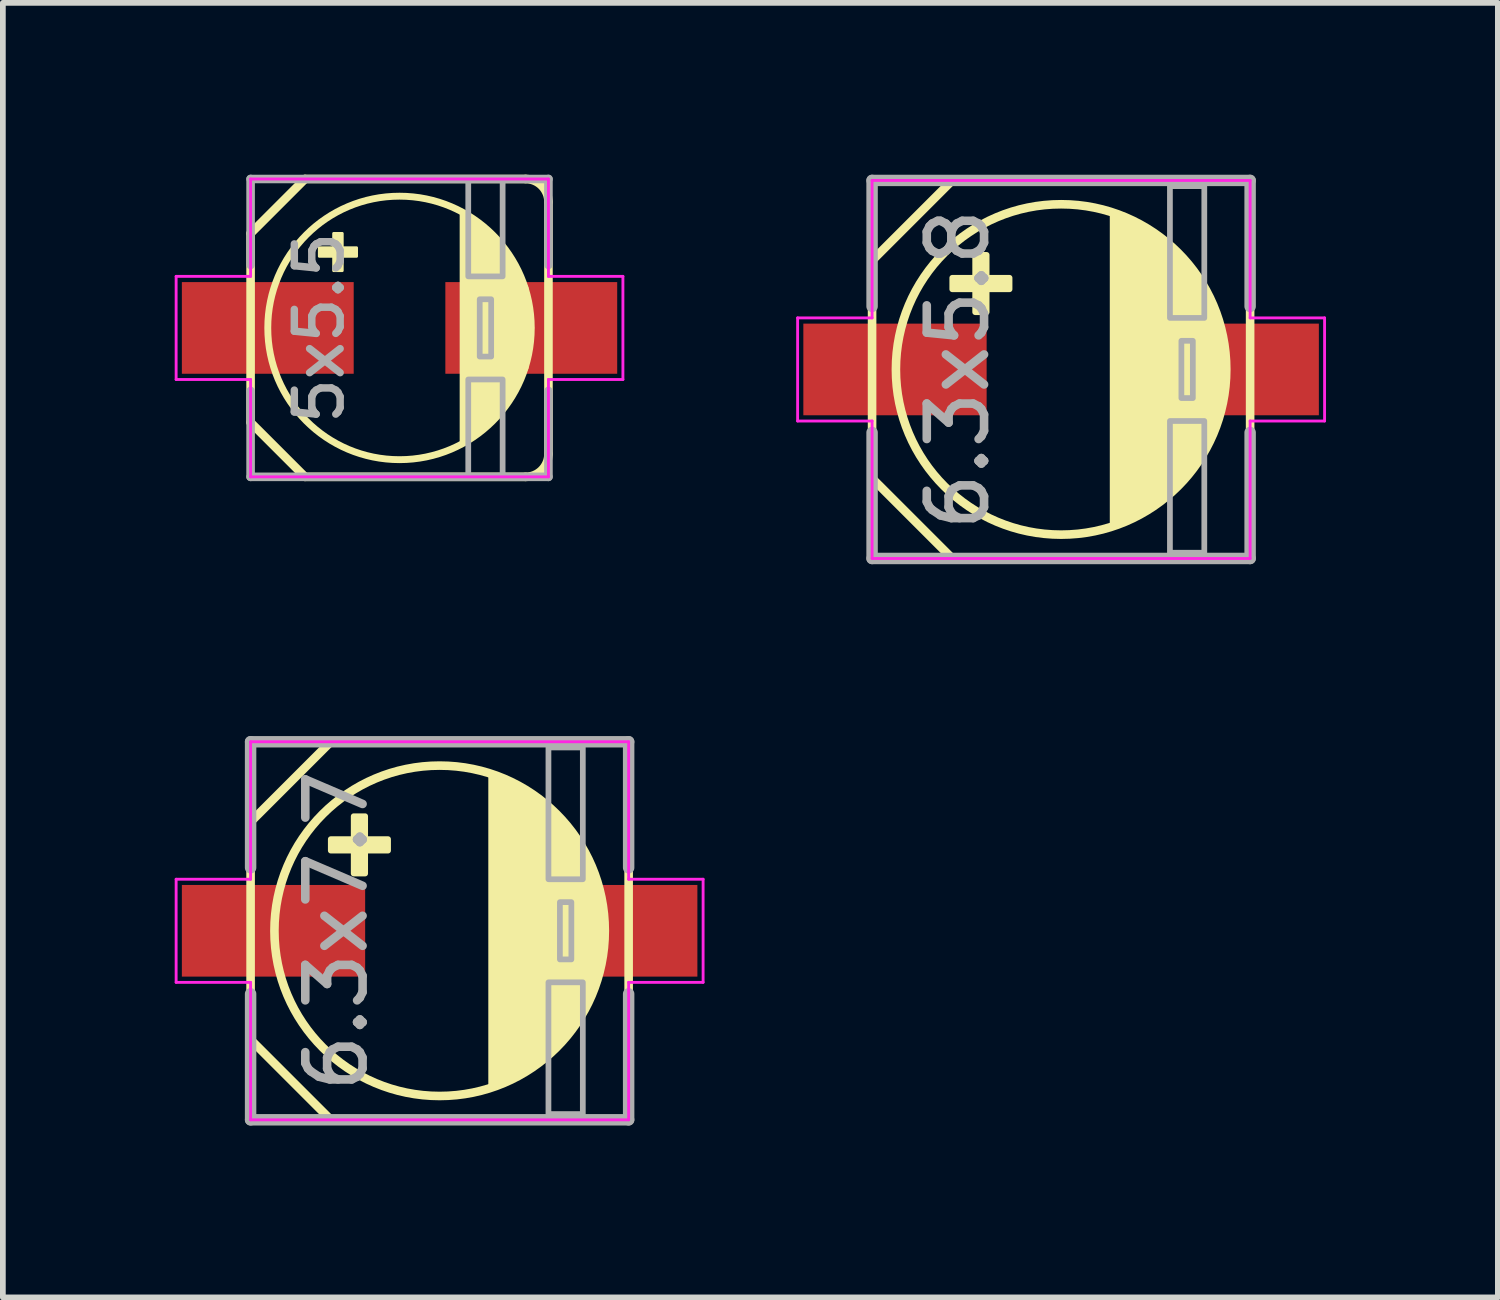
<source format=kicad_pcb>
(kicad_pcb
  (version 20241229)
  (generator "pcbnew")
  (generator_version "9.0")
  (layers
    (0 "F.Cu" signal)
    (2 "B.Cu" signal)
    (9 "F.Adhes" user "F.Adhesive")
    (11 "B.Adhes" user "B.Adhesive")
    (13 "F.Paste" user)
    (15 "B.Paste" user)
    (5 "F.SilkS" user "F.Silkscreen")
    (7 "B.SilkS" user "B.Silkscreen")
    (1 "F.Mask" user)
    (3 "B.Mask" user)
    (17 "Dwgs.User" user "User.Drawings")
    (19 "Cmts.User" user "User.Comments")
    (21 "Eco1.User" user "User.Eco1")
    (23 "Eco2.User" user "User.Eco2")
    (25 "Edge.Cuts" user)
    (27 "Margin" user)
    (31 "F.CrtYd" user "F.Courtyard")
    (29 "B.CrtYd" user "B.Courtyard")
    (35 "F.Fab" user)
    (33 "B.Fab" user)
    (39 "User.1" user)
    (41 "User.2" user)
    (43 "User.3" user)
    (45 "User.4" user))
  (footprint "5x5.5"
    (layer "F.Cu")
    (at 3.925 2.675)
    (property "Reference" "5x5.5" (at -1.4 0 90) (layer "F.Fab") (effects (font (size 0.8 0.8) (thickness 0.13))))
    (attr smd)
    (fp_line (start -2.6 -1.65) (end -2.6 1.65) (stroke (width 0.15) (type solid)) (layer "F.SilkS"))
    (fp_line (start -2.6 -1.65) (end -1.65 -2.6) (stroke (width 0.15) (type solid)) (layer "F.SilkS"))
    (fp_line (start -2.6 1.65) (end -1.65 2.6) (stroke (width 0.15) (type solid)) (layer "F.SilkS"))
    (fp_line (start -1.65 -2.6) (end 2.2 -2.6) (stroke (width 0.15) (type solid)) (layer "F.SilkS"))
    (fp_line (start -1.65 2.6) (end 2.2 2.6) (stroke (width 0.15) (type solid)) (layer "F.SilkS"))
    (fp_line (start 2.6 -2.2) (end 2.6 2.2) (stroke (width 0.15) (type solid)) (layer "F.SilkS"))
    (fp_arc (start 2.2 -2.6) (mid 2.482843 -2.482843) (end 2.6 -2.2) (stroke (width 0.15) (type solid)) (layer "F.SilkS"))
    (fp_arc (start 2.6 2.2) (mid 2.482843 2.482843) (end 2.2 2.6) (stroke (width 0.15) (type solid)) (layer "F.SilkS"))
    (fp_circle (center 0 0) (end 2.3 0) (stroke (width 0.12) (type solid)) (fill no) (layer "F.SilkS"))
    (fp_poly (pts (xy 1.8 -1.4) (xy 2.2 -0.7) (xy 2.3 0) (xy 2.2 0.7) (xy 1.8 1.4) (xy 1.1 2) (xy 1.1 -2)) (stroke (width 0.1) (type solid)) (fill yes) (layer "F.SilkS"))
    (fp_poly (pts (xy -1 -1.4) (xy -0.75 -1.4) (xy -0.75 -1.25) (xy -1 -1.25) (xy -1 -1) (xy -1.15 -1) (xy -1.15 -1.25) (xy -1.4 -1.25) (xy -1.4 -1.4) (xy -1.15 -1.4) (xy -1.15 -1.65) (xy -1 -1.65)) (stroke (width 0.05) (type solid)) (fill yes) (layer "F.SilkS"))
    (fp_line (start -3.9 -0.9) (end -3.9 0.9) (stroke (width 0.05) (type solid)) (layer "F.CrtYd"))
    (fp_line (start -3.9 -0.9) (end -2.6 -0.9) (stroke (width 0.05) (type solid)) (layer "F.CrtYd"))
    (fp_line (start -3.9 0.9) (end -2.6 0.9) (stroke (width 0.05) (type solid)) (layer "F.CrtYd"))
    (fp_line (start -2.6 -2.6) (end -2.6 -0.9) (stroke (width 0.05) (type solid)) (layer "F.CrtYd"))
    (fp_line (start -2.6 0.9) (end -2.6 2.6) (stroke (width 0.05) (type solid)) (layer "F.CrtYd"))
    (fp_line (start -2.6 2.6) (end 2.6 2.6) (stroke (width 0.05) (type solid)) (layer "F.CrtYd"))
    (fp_line (start 2.6 -2.6) (end -2.6 -2.6) (stroke (width 0.05) (type solid)) (layer "F.CrtYd"))
    (fp_line (start 2.6 -0.9) (end 2.6 -2.6) (stroke (width 0.05) (type solid)) (layer "F.CrtYd"))
    (fp_line (start 2.6 0.9) (end 3.9 0.9) (stroke (width 0.05) (type solid)) (layer "F.CrtYd"))
    (fp_line (start 2.6 2.6) (end 2.6 0.9) (stroke (width 0.05) (type solid)) (layer "F.CrtYd"))
    (fp_line (start 3.9 -0.9) (end 2.6 -0.9) (stroke (width 0.05) (type solid)) (layer "F.CrtYd"))
    (fp_line (start 3.9 0.9) (end 3.9 -0.9) (stroke (width 0.05) (type solid)) (layer "F.CrtYd"))
    (fp_line (start -2.6 -2.6) (end 2.6 -2.6) (stroke (width 0.15) (type solid)) (layer "F.Fab"))
    (fp_line (start -2.6 -1.1) (end -2.6 -2.6) (stroke (width 0.15) (type solid)) (layer "F.Fab"))
    (fp_line (start -2.6 2.6) (end -2.6 1.1) (stroke (width 0.15) (type solid)) (layer "F.Fab"))
    (fp_line (start -2.6 2.6) (end 2.6 2.6) (stroke (width 0.15) (type solid)) (layer "F.Fab"))
    (fp_line (start 2.6 -1.1) (end 2.6 -2.6) (stroke (width 0.15) (type solid)) (layer "F.Fab"))
    (fp_line (start 2.6 2.6) (end 2.6 1.1) (stroke (width 0.15) (type solid)) (layer "F.Fab"))
    (fp_poly (pts (xy 1.6 -0.5) (xy 1.6 0.5) (xy 1.4 0.5) (xy 1.4 -0.5)) (stroke (width 0.1) (type solid)) (fill no) (layer "F.Fab"))
    (fp_poly (pts (xy 1.8 -0.9) (xy 1.2 -0.9) (xy 1.2 -2.6) (xy 1.8 -2.6)) (stroke (width 0.1) (type solid)) (fill no) (layer "F.Fab"))
    (fp_poly (pts (xy 1.8 2.6) (xy 1.2 2.6) (xy 1.2 0.9) (xy 1.8 0.9)) (stroke (width 0.1) (type solid)) (fill no) (layer "F.Fab"))
    (pad "1" smd rect (at -2.3 0 180) (size 3 1.6) (layers "F.Cu" "F.Mask" "F.Paste"))
    (pad "2" smd rect (at 2.3 0 180) (size 3 1.6) (layers "F.Cu" "F.Mask" "F.Paste")))
  (footprint "6.3x7.7"
    (layer "F.Cu")
    (at 4.625 13.2)
    (property "Reference" "6.3x7.7" (at -1.8 0 90) (layer "F.Fab") (effects (font (size 1 1) (thickness 0.15))))
    (attr smd)
    (fp_line (start -3.3 -1.9) (end -1.9 -3.3) (stroke (width 0.15) (type solid)) (layer "F.SilkS"))
    (fp_line (start -3.3 1.9) (end -3.3 -1.9) (stroke (width 0.15) (type solid)) (layer "F.SilkS"))
    (fp_line (start -1.9 -3.3) (end 3.3 -3.3) (stroke (width 0.15) (type solid)) (layer "F.SilkS"))
    (fp_line (start -1.9 3.3) (end -3.3 1.9) (stroke (width 0.15) (type solid)) (layer "F.SilkS"))
    (fp_line (start 3.3 -3.3) (end 3.3 3.3) (stroke (width 0.15) (type solid)) (layer "F.SilkS"))
    (fp_line (start 3.3 3.3) (end -1.9 3.3) (stroke (width 0.15) (type solid)) (layer "F.SilkS"))
    (fp_circle (center 0 0) (end 2.884 0) (stroke (width 0.15) (type solid)) (fill no) (layer "F.SilkS"))
    (fp_poly (pts (xy 1.8 -2.2) (xy 2.6 -1.2) (xy 2.884 0) (xy 2.6 1.2) (xy 1.8 2.2) (xy 0.9 2.7) (xy 0.9 -2.7)) (stroke (width 0.1) (type solid)) (fill yes) (layer "F.SilkS"))
    (fp_poly (pts (xy -1.3 -1.6) (xy -0.9 -1.6) (xy -0.9 -1.4) (xy -1.3 -1.4) (xy -1.3 -1) (xy -1.5 -1) (xy -1.5 -1.4) (xy -1.9 -1.4) (xy -1.9 -1.6) (xy -1.5 -1.6) (xy -1.5 -2) (xy -1.3 -2)) (stroke (width 0.1) (type solid)) (fill yes) (layer "F.SilkS"))
    (fp_line (start -4.6 -0.9) (end -4.6 0.9) (stroke (width 0.05) (type solid)) (layer "F.CrtYd"))
    (fp_line (start -4.6 0.9) (end -3.3 0.9) (stroke (width 0.05) (type solid)) (layer "F.CrtYd"))
    (fp_line (start -3.3 -3.3) (end 3.3 -3.3) (stroke (width 0.05) (type solid)) (layer "F.CrtYd"))
    (fp_line (start -3.3 -0.9) (end -4.6 -0.9) (stroke (width 0.05) (type solid)) (layer "F.CrtYd"))
    (fp_line (start -3.3 -0.9) (end -3.3 -3.3) (stroke (width 0.05) (type solid)) (layer "F.CrtYd"))
    (fp_line (start -3.3 3.3) (end -3.3 0.9) (stroke (width 0.05) (type solid)) (layer "F.CrtYd"))
    (fp_line (start 3.3 -3.3) (end 3.3 -0.9) (stroke (width 0.05) (type solid)) (layer "F.CrtYd"))
    (fp_line (start 3.3 -0.9) (end 4.6 -0.9) (stroke (width 0.05) (type solid)) (layer "F.CrtYd"))
    (fp_line (start 3.3 0.9) (end 3.3 3.3) (stroke (width 0.05) (type solid)) (layer "F.CrtYd"))
    (fp_line (start 3.3 3.3) (end -3.3 3.3) (stroke (width 0.05) (type solid)) (layer "F.CrtYd"))
    (fp_line (start 4.6 -0.9) (end 4.6 0.9) (stroke (width 0.05) (type solid)) (layer "F.CrtYd"))
    (fp_line (start 4.6 0.9) (end 3.3 0.9) (stroke (width 0.05) (type solid)) (layer "F.CrtYd"))
    (fp_line (start -3.3 -3.3) (end 3.3 -3.3) (stroke (width 0.2) (type solid)) (layer "F.Fab"))
    (fp_line (start -3.3 -1.1) (end -3.3 -3.3) (stroke (width 0.2) (type solid)) (layer "F.Fab"))
    (fp_line (start -3.3 1.1) (end -3.3 3.3) (stroke (width 0.2) (type solid)) (layer "F.Fab"))
    (fp_line (start -3.3 3.3) (end 3.3 3.3) (stroke (width 0.2) (type solid)) (layer "F.Fab"))
    (fp_line (start 3.3 -3.3) (end 3.3 -1.1) (stroke (width 0.2) (type solid)) (layer "F.Fab"))
    (fp_line (start 3.3 3.3) (end 3.3 1.1) (stroke (width 0.2) (type solid)) (layer "F.Fab"))
    (fp_poly (pts (xy 2.3 -0.5) (xy 2.3 0.5) (xy 2.1 0.5) (xy 2.1 -0.5)) (stroke (width 0.1) (type solid)) (fill no) (layer "F.Fab"))
    (fp_poly (pts (xy 2.5 -0.9) (xy 1.9 -0.9) (xy 1.9 -3.2) (xy 2.5 -3.2)) (stroke (width 0.1) (type solid)) (fill no) (layer "F.Fab"))
    (fp_poly (pts (xy 2.5 3.2) (xy 1.9 3.2) (xy 1.9 0.9) (xy 2.5 0.9)) (stroke (width 0.1) (type solid)) (fill no) (layer "F.Fab"))
    (pad "1" smd rect (at -2.9 0 180) (size 3.2 1.6) (layers "F.Cu" "F.Mask" "F.Paste"))
    (pad "2" smd rect (at 2.9 0 180) (size 3.2 1.6) (layers "F.Cu" "F.Mask" "F.Paste")))
  (footprint "6.3x5.8"
    (layer "F.Cu")
    (at 15.475 3.4)
    (property "Reference" "6.3x5.8" (at -1.8 0 90) (layer "F.Fab") (effects (font (size 1 1) (thickness 0.15))))
    (attr smd)
    (fp_line (start -3.3 -1.9) (end -1.9 -3.3) (stroke (width 0.15) (type solid)) (layer "F.SilkS"))
    (fp_line (start -3.3 1.9) (end -3.3 -1.9) (stroke (width 0.15) (type solid)) (layer "F.SilkS"))
    (fp_line (start -1.9 -3.3) (end 3.3 -3.3) (stroke (width 0.15) (type solid)) (layer "F.SilkS"))
    (fp_line (start -1.9 3.3) (end -3.3 1.9) (stroke (width 0.15) (type solid)) (layer "F.SilkS"))
    (fp_line (start 3.3 -3.3) (end 3.3 3.3) (stroke (width 0.15) (type solid)) (layer "F.SilkS"))
    (fp_line (start 3.3 3.3) (end -1.9 3.3) (stroke (width 0.15) (type solid)) (layer "F.SilkS"))
    (fp_circle (center 0 0) (end 2.884 0) (stroke (width 0.15) (type solid)) (fill no) (layer "F.SilkS"))
    (fp_poly (pts (xy 1.8 -2.2) (xy 2.6 -1.2) (xy 2.884 0) (xy 2.6 1.2) (xy 1.8 2.2) (xy 0.9 2.7) (xy 0.9 -2.7)) (stroke (width 0.1) (type solid)) (fill yes) (layer "F.SilkS"))
    (fp_poly (pts (xy -1.3 -1.6) (xy -0.9 -1.6) (xy -0.9 -1.4) (xy -1.3 -1.4) (xy -1.3 -1) (xy -1.5 -1) (xy -1.5 -1.4) (xy -1.9 -1.4) (xy -1.9 -1.6) (xy -1.5 -1.6) (xy -1.5 -2) (xy -1.3 -2)) (stroke (width 0.1) (type solid)) (fill yes) (layer "F.SilkS"))
    (fp_line (start -4.6 -0.9) (end -4.6 0.9) (stroke (width 0.05) (type solid)) (layer "F.CrtYd"))
    (fp_line (start -4.6 0.9) (end -3.3 0.9) (stroke (width 0.05) (type solid)) (layer "F.CrtYd"))
    (fp_line (start -3.3 -3.3) (end 3.3 -3.3) (stroke (width 0.05) (type solid)) (layer "F.CrtYd"))
    (fp_line (start -3.3 -0.9) (end -4.6 -0.9) (stroke (width 0.05) (type solid)) (layer "F.CrtYd"))
    (fp_line (start -3.3 -0.9) (end -3.3 -3.3) (stroke (width 0.05) (type solid)) (layer "F.CrtYd"))
    (fp_line (start -3.3 3.3) (end -3.3 0.9) (stroke (width 0.05) (type solid)) (layer "F.CrtYd"))
    (fp_line (start 3.3 -3.3) (end 3.3 -0.9) (stroke (width 0.05) (type solid)) (layer "F.CrtYd"))
    (fp_line (start 3.3 -0.9) (end 4.6 -0.9) (stroke (width 0.05) (type solid)) (layer "F.CrtYd"))
    (fp_line (start 3.3 0.9) (end 3.3 3.3) (stroke (width 0.05) (type solid)) (layer "F.CrtYd"))
    (fp_line (start 3.3 3.3) (end -3.3 3.3) (stroke (width 0.05) (type solid)) (layer "F.CrtYd"))
    (fp_line (start 4.6 -0.9) (end 4.6 0.9) (stroke (width 0.05) (type solid)) (layer "F.CrtYd"))
    (fp_line (start 4.6 0.9) (end 3.3 0.9) (stroke (width 0.05) (type solid)) (layer "F.CrtYd"))
    (fp_line (start -3.3 -3.3) (end 3.3 -3.3) (stroke (width 0.2) (type solid)) (layer "F.Fab"))
    (fp_line (start -3.3 -1.1) (end -3.3 -3.3) (stroke (width 0.2) (type solid)) (layer "F.Fab"))
    (fp_line (start -3.3 1.1) (end -3.3 3.3) (stroke (width 0.2) (type solid)) (layer "F.Fab"))
    (fp_line (start -3.3 3.3) (end 3.3 3.3) (stroke (width 0.2) (type solid)) (layer "F.Fab"))
    (fp_line (start 3.3 -3.3) (end 3.3 -1.1) (stroke (width 0.2) (type solid)) (layer "F.Fab"))
    (fp_line (start 3.3 3.3) (end 3.3 1.1) (stroke (width 0.2) (type solid)) (layer "F.Fab"))
    (fp_poly (pts (xy 2.3 -0.5) (xy 2.3 0.5) (xy 2.1 0.5) (xy 2.1 -0.5)) (stroke (width 0.1) (type solid)) (fill no) (layer "F.Fab"))
    (fp_poly (pts (xy 2.5 -0.9) (xy 1.9 -0.9) (xy 1.9 -3.2) (xy 2.5 -3.2)) (stroke (width 0.1) (type solid)) (fill no) (layer "F.Fab"))
    (fp_poly (pts (xy 2.5 3.2) (xy 1.9 3.2) (xy 1.9 0.9) (xy 2.5 0.9)) (stroke (width 0.1) (type solid)) (fill no) (layer "F.Fab"))
    (pad "1" smd rect (at -2.9 0 180) (size 3.2 1.6) (layers "F.Cu" "F.Mask" "F.Paste"))
    (pad "2" smd rect (at 2.9 0 180) (size 3.2 1.6) (layers "F.Cu" "F.Mask" "F.Paste")))
  (gr_rect
    (start -3 -3)
    (end 23.1 19.6)
    (stroke (width 0.1) (type default))
    (fill no)
    (layer "Edge.Cuts")))
</source>
